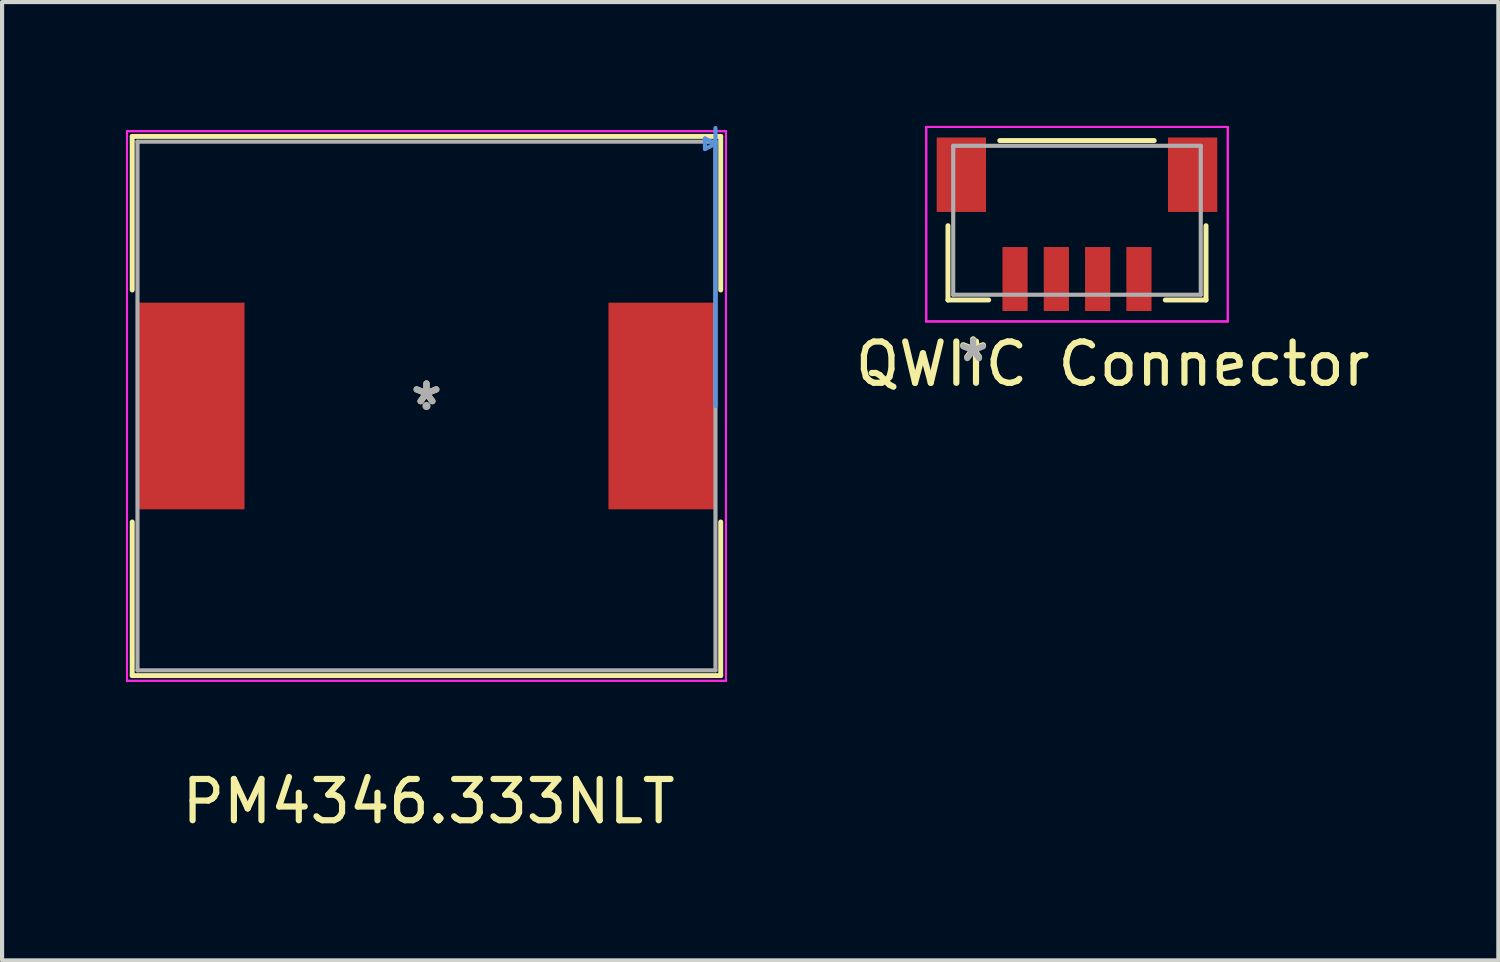
<source format=kicad_pcb>
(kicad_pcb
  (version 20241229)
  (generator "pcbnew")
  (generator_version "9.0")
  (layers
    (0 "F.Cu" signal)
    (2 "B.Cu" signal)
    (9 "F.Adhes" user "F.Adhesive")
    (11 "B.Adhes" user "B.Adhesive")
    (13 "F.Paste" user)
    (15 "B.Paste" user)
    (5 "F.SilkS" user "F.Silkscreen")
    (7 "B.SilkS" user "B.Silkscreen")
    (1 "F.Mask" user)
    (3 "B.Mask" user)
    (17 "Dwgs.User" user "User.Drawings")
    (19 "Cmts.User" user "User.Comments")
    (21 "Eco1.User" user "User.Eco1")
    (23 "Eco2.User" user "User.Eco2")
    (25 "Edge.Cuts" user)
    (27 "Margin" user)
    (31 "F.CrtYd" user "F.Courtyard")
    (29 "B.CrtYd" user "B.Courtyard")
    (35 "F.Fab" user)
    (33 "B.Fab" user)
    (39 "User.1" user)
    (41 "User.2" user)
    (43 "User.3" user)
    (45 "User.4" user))
  (footprint "PM4346.333NLT"
    (layer "F.Cu")
    (at 7.277 6.781)
    (property "Reference" "PM4346.333NLT" (at 0.051 9.576 0) (layer "F.SilkS") (effects (font (size 1 1) (thickness 0.15))))
    (attr through_hole)
    (fp_line (start -7.125 -6.528) (end -7.125 -2.809) (stroke (width 0.12) (type solid)) (layer "F.SilkS"))
    (fp_line (start -7.125 2.809) (end -7.125 6.528) (stroke (width 0.12) (type solid)) (layer "F.SilkS"))
    (fp_line (start -7.125 6.528) (end 7.125 6.528) (stroke (width 0.12) (type solid)) (layer "F.SilkS"))
    (fp_line (start 7.125 -6.528) (end -7.125 -6.528) (stroke (width 0.12) (type solid)) (layer "F.SilkS"))
    (fp_line (start 7.125 -2.809) (end 7.125 -6.528) (stroke (width 0.12) (type solid)) (layer "F.SilkS"))
    (fp_line (start 7.125 6.528) (end 7.125 2.809) (stroke (width 0.12) (type solid)) (layer "F.SilkS"))
    (fp_line (start 6.744 -6.477) (end 6.744 -6.223) (stroke (width 0.1) (type solid)) (layer "Cmts.User"))
    (fp_line (start 6.998 -6.35) (end 6.744 -6.477) (stroke (width 0.1) (type solid)) (layer "Cmts.User"))
    (fp_line (start 6.998 -6.35) (end 6.744 -6.223) (stroke (width 0.1) (type solid)) (layer "Cmts.User"))
    (fp_line (start 6.998 0) (end 6.998 -6.731) (stroke (width 0.1) (type solid)) (layer "Cmts.User"))
    (fp_line (start -7.252 -6.655) (end 7.252 -6.655) (stroke (width 0.05) (type solid)) (layer "F.CrtYd"))
    (fp_line (start -7.252 -6.655) (end 7.252 -6.655) (stroke (width 0.05) (type solid)) (layer "F.CrtYd"))
    (fp_line (start -7.252 -2.756) (end -7.252 -6.655) (stroke (width 0.05) (type solid)) (layer "F.CrtYd"))
    (fp_line (start -7.252 -2.756) (end -7.252 -6.655) (stroke (width 0.05) (type solid)) (layer "F.CrtYd"))
    (fp_line (start -7.252 -2.756) (end -7.252 -2.756) (stroke (width 0.05) (type solid)) (layer "F.CrtYd"))
    (fp_line (start -7.252 -2.756) (end -7.252 -2.756) (stroke (width 0.05) (type solid)) (layer "F.CrtYd"))
    (fp_line (start -7.252 2.756) (end -7.252 -2.756) (stroke (width 0.05) (type solid)) (layer "F.CrtYd"))
    (fp_line (start -7.252 2.756) (end -7.252 -2.756) (stroke (width 0.05) (type solid)) (layer "F.CrtYd"))
    (fp_line (start -7.252 2.756) (end -7.252 2.756) (stroke (width 0.05) (type solid)) (layer "F.CrtYd"))
    (fp_line (start -7.252 2.756) (end -7.252 2.756) (stroke (width 0.05) (type solid)) (layer "F.CrtYd"))
    (fp_line (start -7.252 6.655) (end -7.252 2.756) (stroke (width 0.05) (type solid)) (layer "F.CrtYd"))
    (fp_line (start -7.252 6.655) (end -7.252 2.756) (stroke (width 0.05) (type solid)) (layer "F.CrtYd"))
    (fp_line (start 7.252 -6.655) (end 7.252 -2.756) (stroke (width 0.05) (type solid)) (layer "F.CrtYd"))
    (fp_line (start 7.252 -6.655) (end 7.252 -2.756) (stroke (width 0.05) (type solid)) (layer "F.CrtYd"))
    (fp_line (start 7.252 -2.756) (end 7.252 -2.756) (stroke (width 0.05) (type solid)) (layer "F.CrtYd"))
    (fp_line (start 7.252 -2.756) (end 7.252 -2.756) (stroke (width 0.05) (type solid)) (layer "F.CrtYd"))
    (fp_line (start 7.252 -2.756) (end 7.252 2.756) (stroke (width 0.05) (type solid)) (layer "F.CrtYd"))
    (fp_line (start 7.252 -2.756) (end 7.252 2.756) (stroke (width 0.05) (type solid)) (layer "F.CrtYd"))
    (fp_line (start 7.252 2.756) (end 7.252 2.756) (stroke (width 0.05) (type solid)) (layer "F.CrtYd"))
    (fp_line (start 7.252 2.756) (end 7.252 2.756) (stroke (width 0.05) (type solid)) (layer "F.CrtYd"))
    (fp_line (start 7.252 2.756) (end 7.252 6.655) (stroke (width 0.05) (type solid)) (layer "F.CrtYd"))
    (fp_line (start 7.252 2.756) (end 7.252 6.655) (stroke (width 0.05) (type solid)) (layer "F.CrtYd"))
    (fp_line (start 7.252 6.655) (end -7.252 6.655) (stroke (width 0.05) (type solid)) (layer "F.CrtYd"))
    (fp_line (start 7.252 6.655) (end -7.252 6.655) (stroke (width 0.05) (type solid)) (layer "F.CrtYd"))
    (fp_line (start -6.998 -6.401) (end -6.998 6.401) (stroke (width 0.1) (type solid)) (layer "F.Fab"))
    (fp_line (start -6.998 6.401) (end 6.998 6.401) (stroke (width 0.1) (type solid)) (layer "F.Fab"))
    (fp_line (start 6.998 -6.401) (end -6.998 -6.401) (stroke (width 0.1) (type solid)) (layer "F.Fab"))
    (fp_line (start 6.998 6.401) (end 6.998 -6.401) (stroke (width 0.1) (type solid)) (layer "F.Fab"))
    (fp_circle (center 0 0) (end 0 0) (stroke (width 0.1) (type solid)) (fill no) (layer "F.Fab"))
    (fp_text user "*" (at 0 0 0) (layer "F.SilkS") (effects (font (size 1 1) (thickness 0.15))))
    (fp_text user "*" (at 0 0 0) (layer "F.Fab") (effects (font (size 1 1) (thickness 0.15))))
    (pad "1" smd rect (at -5.702 0) (size 2.591 5.004) (layers "F.Cu" "F.Mask" "F.Paste"))
    (pad "2" smd rect (at 5.702 0) (size 2.591 5.004) (layers "F.Cu" "F.Mask" "F.Paste")))
  (footprint "QWIIC Connector"
    (layer "F.Cu")
    (at 23.029 2.284)
    (property "Reference" "QWIIC Connector" (at 0.864 3.48 0) (layer "F.SilkS") (effects (font (size 1 1) (thickness 0.15))))
    (attr through_hole)
    (fp_line (start -3.124 0.131) (end -3.124 1.93) (stroke (width 0.12) (type solid)) (layer "F.SilkS"))
    (fp_line (start -3.124 1.93) (end -2.138 1.93) (stroke (width 0.12) (type solid)) (layer "F.SilkS"))
    (fp_line (start 1.87 -1.93) (end -1.87 -1.93) (stroke (width 0.12) (type solid)) (layer "F.SilkS"))
    (fp_line (start 2.138 1.93) (end 3.124 1.93) (stroke (width 0.12) (type solid)) (layer "F.SilkS"))
    (fp_line (start 3.124 1.93) (end 3.124 0.131) (stroke (width 0.12) (type solid)) (layer "F.SilkS"))
    (fp_line (start -3.651 -2.259) (end -3.651 2.45) (stroke (width 0.05) (type solid)) (layer "F.CrtYd"))
    (fp_line (start -3.651 -2.259) (end -3.651 2.45) (stroke (width 0.05) (type solid)) (layer "F.CrtYd"))
    (fp_line (start -3.651 2.45) (end 3.651 2.45) (stroke (width 0.05) (type solid)) (layer "F.CrtYd"))
    (fp_line (start -3.651 2.45) (end 3.651 2.45) (stroke (width 0.05) (type solid)) (layer "F.CrtYd"))
    (fp_line (start 3.651 -2.259) (end -3.651 -2.259) (stroke (width 0.05) (type solid)) (layer "F.CrtYd"))
    (fp_line (start 3.651 -2.259) (end -3.651 -2.259) (stroke (width 0.05) (type solid)) (layer "F.CrtYd"))
    (fp_line (start 3.651 2.45) (end 3.651 -2.259) (stroke (width 0.05) (type solid)) (layer "F.CrtYd"))
    (fp_line (start 3.651 2.45) (end 3.651 -2.259) (stroke (width 0.05) (type solid)) (layer "F.CrtYd"))
    (fp_line (start -2.997 -1.803) (end -2.997 1.803) (stroke (width 0.1) (type solid)) (layer "F.Fab"))
    (fp_line (start -2.997 1.803) (end 2.997 1.803) (stroke (width 0.1) (type solid)) (layer "F.Fab"))
    (fp_line (start 2.997 -1.803) (end -2.997 -1.803) (stroke (width 0.1) (type solid)) (layer "F.Fab"))
    (fp_line (start 2.997 1.803) (end 2.997 -1.803) (stroke (width 0.1) (type solid)) (layer "F.Fab"))
    (fp_text user "*" (at -2.515 3.429 0) (layer "F.SilkS") (effects (font (size 1 1) (thickness 0.15))))
    (fp_text user "*" (at -2.515 3.454 0) (layer "F.Fab") (effects (font (size 1 1) (thickness 0.15))))
    (pad "1" smd rect (at -1.5 1.422) (size 0.61 1.549) (layers "F.Cu" "F.Mask" "F.Paste"))
    (pad "2" smd rect (at -0.5 1.422) (size 0.61 1.549) (layers "F.Cu" "F.Mask" "F.Paste"))
    (pad "3" smd rect (at 0.5 1.422) (size 0.61 1.549) (layers "F.Cu" "F.Mask" "F.Paste"))
    (pad "4" smd rect (at 1.5 1.422) (size 0.61 1.549) (layers "F.Cu" "F.Mask" "F.Paste"))
    (pad "5" smd rect (at -2.8 -1.103) (size 1.194 1.803) (layers "F.Cu" "F.Mask" "F.Paste"))
    (pad "6" smd rect (at 2.8 -1.103) (size 1.194 1.803) (layers "F.Cu" "F.Mask" "F.Paste")))
  (gr_rect
    (start -3 -3)
    (end 33.232 20.205)
    (stroke (width 0.1) (type default))
    (fill no)
    (layer "Edge.Cuts")))
</source>
